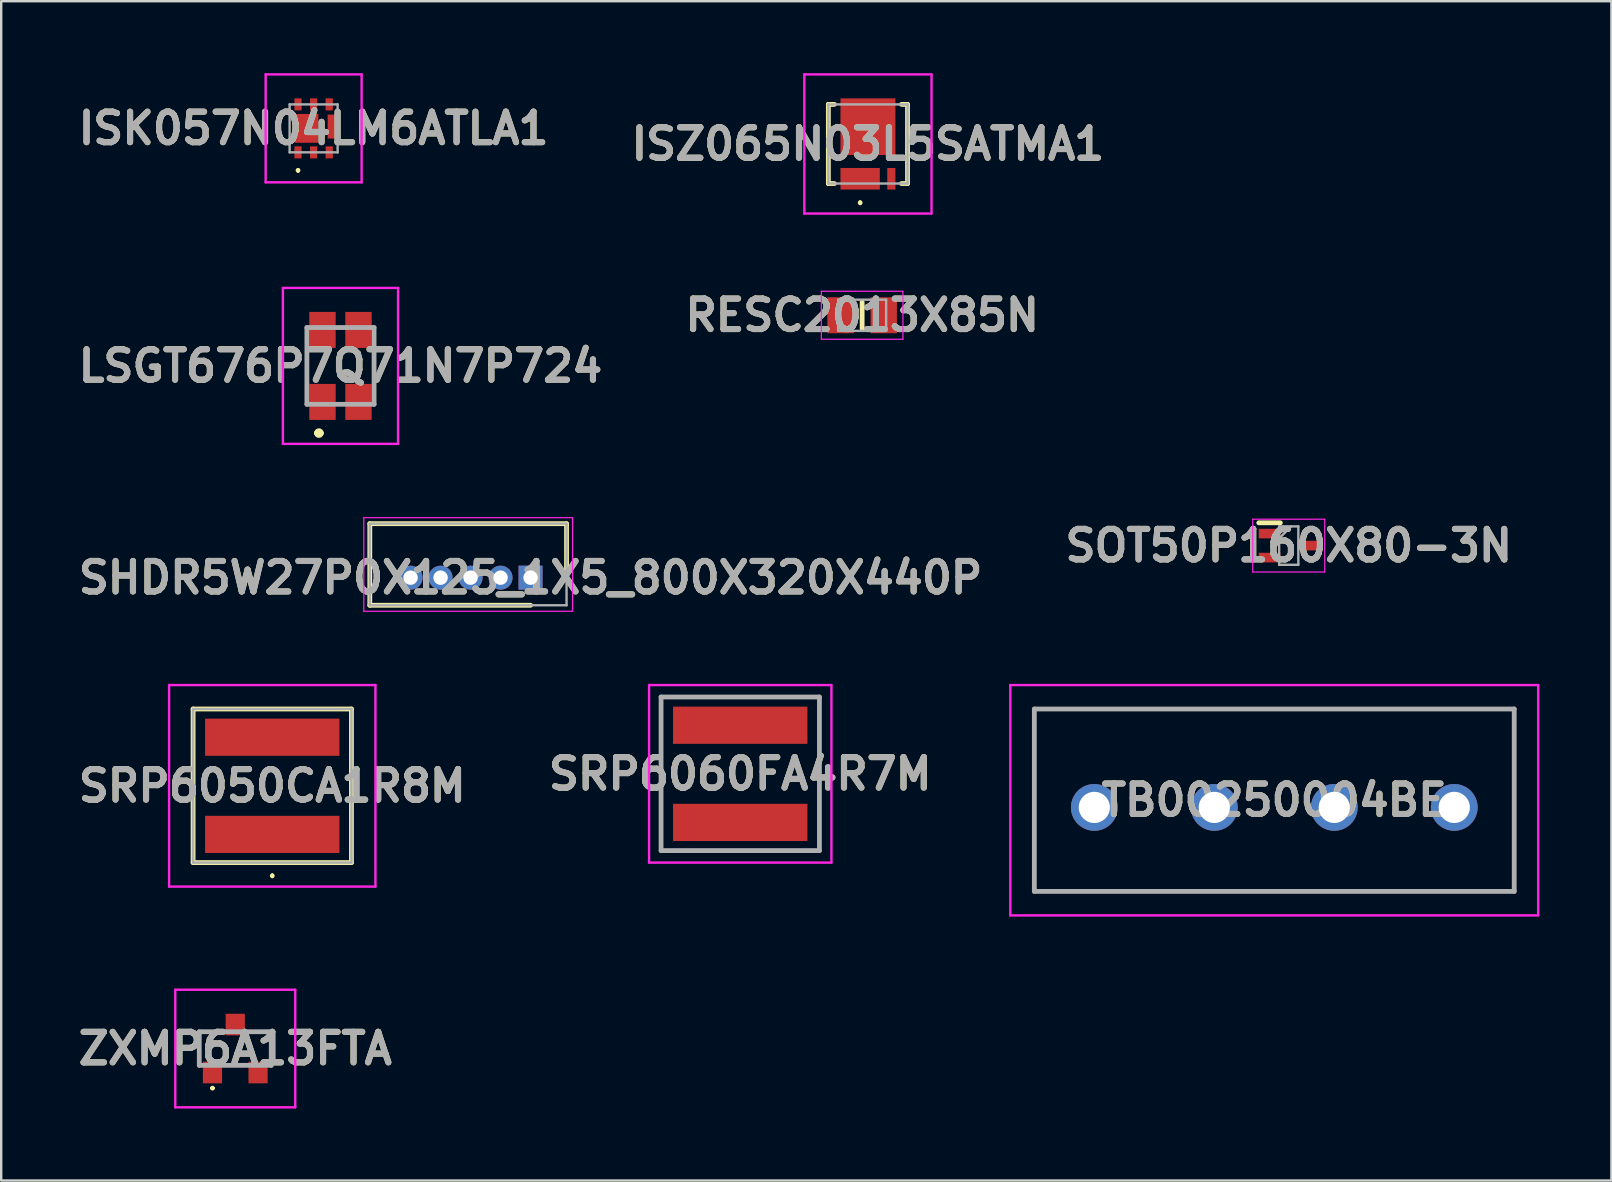
<source format=kicad_pcb>
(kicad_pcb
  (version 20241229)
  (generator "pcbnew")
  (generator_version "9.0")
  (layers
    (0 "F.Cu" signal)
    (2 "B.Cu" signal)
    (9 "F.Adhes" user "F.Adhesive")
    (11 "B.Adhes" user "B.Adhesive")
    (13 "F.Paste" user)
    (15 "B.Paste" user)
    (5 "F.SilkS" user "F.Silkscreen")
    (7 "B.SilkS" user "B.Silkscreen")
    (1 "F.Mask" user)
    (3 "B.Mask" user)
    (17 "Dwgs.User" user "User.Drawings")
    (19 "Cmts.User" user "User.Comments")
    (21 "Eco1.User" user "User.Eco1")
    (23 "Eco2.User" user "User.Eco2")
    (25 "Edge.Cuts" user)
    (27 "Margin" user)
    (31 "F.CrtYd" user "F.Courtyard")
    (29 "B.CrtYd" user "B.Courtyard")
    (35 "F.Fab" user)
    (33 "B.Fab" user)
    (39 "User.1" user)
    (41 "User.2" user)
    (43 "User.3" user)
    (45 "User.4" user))
  (footprint "SRP6060FA4R7M"
    (layer "F.Cu")
    (at 27.801 29.2)
    (property "Reference" "SRP6060FA4R7M" (at 0 0 0) (layer "F.SilkS") (effects (font (size 1.27 1.27) (thickness 0.254))))
    (attr smd)
    (fp_line (start -3.3 -3.2) (end 3.3 -3.2) (stroke (width 0.1) (type solid)) (layer "F.SilkS"))
    (fp_line (start -3.3 3.2) (end -3.3 -3.2) (stroke (width 0.1) (type solid)) (layer "F.SilkS"))
    (fp_line (start 3.3 -3.2) (end 3.3 3.2) (stroke (width 0.1) (type solid)) (layer "F.SilkS"))
    (fp_line (start 3.3 3.2) (end -3.3 3.2) (stroke (width 0.1) (type solid)) (layer "F.SilkS"))
    (fp_line (start -3.8 -3.7) (end 3.8 -3.7) (stroke (width 0.1) (type solid)) (layer "F.CrtYd"))
    (fp_line (start -3.8 3.7) (end -3.8 -3.7) (stroke (width 0.1) (type solid)) (layer "F.CrtYd"))
    (fp_line (start 3.8 -3.7) (end 3.8 3.7) (stroke (width 0.1) (type solid)) (layer "F.CrtYd"))
    (fp_line (start 3.8 3.7) (end -3.8 3.7) (stroke (width 0.1) (type solid)) (layer "F.CrtYd"))
    (fp_line (start -3.3 -3.2) (end 3.3 -3.2) (stroke (width 0.2) (type solid)) (layer "F.Fab"))
    (fp_line (start -3.3 3.2) (end -3.3 -3.2) (stroke (width 0.2) (type solid)) (layer "F.Fab"))
    (fp_line (start 3.3 -3.2) (end 3.3 3.2) (stroke (width 0.2) (type solid)) (layer "F.Fab"))
    (fp_line (start 3.3 3.2) (end -3.3 3.2) (stroke (width 0.2) (type solid)) (layer "F.Fab"))
    (fp_text user "${REFERENCE}" (at 0 0 0) (layer "F.Fab") (effects (font (size 1.27 1.27) (thickness 0.254))))
    (pad "1" smd rect (at 0 -2.025 90) (size 1.55 5.6) (layers "F.Cu" "F.Mask" "F.Paste"))
    (pad "2" smd rect (at 0 2.025 90) (size 1.55 5.6) (layers "F.Cu" "F.Mask" "F.Paste")))
  (footprint "SHDR5W27P0X125_1X5_800X320X440P"
    (layer "F.Cu")
    (at 19.062 21.025)
    (property "Reference" "SHDR5W27P0X125_1X5_800X320X440P" (at 0 0 0) (layer "F.SilkS") (effects (font (size 1.27 1.27) (thickness 0.254))))
    (attr through_hole)
    (fp_line (start -6.7 -2.25) (end 1.5 -2.25) (stroke (width 0.2) (type solid)) (layer "F.SilkS"))
    (fp_line (start -6.7 1.15) (end -6.7 -2.25) (stroke (width 0.2) (type solid)) (layer "F.SilkS"))
    (fp_line (start 0 1.15) (end -6.7 1.15) (stroke (width 0.2) (type solid)) (layer "F.SilkS"))
    (fp_line (start 1.5 -2.25) (end 1.5 0) (stroke (width 0.2) (type solid)) (layer "F.SilkS"))
    (fp_line (start -6.95 -2.5) (end 1.75 -2.5) (stroke (width 0.05) (type solid)) (layer "F.CrtYd"))
    (fp_line (start -6.95 1.4) (end -6.95 -2.5) (stroke (width 0.05) (type solid)) (layer "F.CrtYd"))
    (fp_line (start 1.75 -2.5) (end 1.75 1.4) (stroke (width 0.05) (type solid)) (layer "F.CrtYd"))
    (fp_line (start 1.75 1.4) (end -6.95 1.4) (stroke (width 0.05) (type solid)) (layer "F.CrtYd"))
    (fp_line (start -6.7 -2.25) (end 1.5 -2.25) (stroke (width 0.1) (type solid)) (layer "F.Fab"))
    (fp_line (start -6.7 1.15) (end -6.7 -2.25) (stroke (width 0.1) (type solid)) (layer "F.Fab"))
    (fp_line (start 1.5 -2.25) (end 1.5 1.15) (stroke (width 0.1) (type solid)) (layer "F.Fab"))
    (fp_line (start 1.5 1.15) (end -6.7 1.15) (stroke (width 0.1) (type solid)) (layer "F.Fab"))
    (fp_text user "${REFERENCE}" (at 0 0 0) (layer "F.Fab") (effects (font (size 1.27 1.27) (thickness 0.254))))
    (pad "1" thru_hole rect (at 0 0) (size 1 1) (drill 0.6) (layers "*.Cu" "*.Mask"))
    (pad "2" thru_hole circle (at -1.25 0) (size 1 1) (drill 0.6) (layers "*.Cu" "*.Mask"))
    (pad "3" thru_hole circle (at -2.5 0) (size 1 1) (drill 0.6) (layers "*.Cu" "*.Mask"))
    (pad "4" thru_hole circle (at -3.75 0) (size 1 1) (drill 0.6) (layers "*.Cu" "*.Mask"))
    (pad "5" thru_hole circle (at -5 0) (size 1 1) (drill 0.6) (layers "*.Cu" "*.Mask")))
  (footprint "ZXMP6A13FTA"
    (layer "F.Cu")
    (at 6.755 40.65)
    (property "Reference" "ZXMP6A13FTA" (at 0 0 0) (layer "F.SilkS") (effects (font (size 1.27 1.27) (thickness 0.254))))
    (attr smd)
    (fp_line (start -1.5 -0.7) (end -0.95 -0.7) (stroke (width 0.1) (type solid)) (layer "F.SilkS"))
    (fp_line (start -1.5 0.7) (end -1.5 -0.7) (stroke (width 0.1) (type solid)) (layer "F.SilkS"))
    (fp_line (start -1 1.65) (end -1 1.65) (stroke (width 0.1) (type solid)) (layer "F.SilkS"))
    (fp_line (start -0.9 1.65) (end -0.9 1.65) (stroke (width 0.1) (type solid)) (layer "F.SilkS"))
    (fp_line (start 0.95 -0.7) (end 1.5 -0.7) (stroke (width 0.1) (type solid)) (layer "F.SilkS"))
    (fp_line (start 1.5 -0.7) (end 1.5 0.7) (stroke (width 0.1) (type solid)) (layer "F.SilkS"))
    (fp_arc (start -1 1.65) (mid -0.95 1.6) (end -0.9 1.65) (stroke (width 0.1) (type solid)) (layer "F.SilkS"))
    (fp_arc (start -0.9 1.65) (mid -0.95 1.7) (end -1 1.65) (stroke (width 0.1) (type solid)) (layer "F.SilkS"))
    (fp_line (start -2.5 -2.45) (end 2.5 -2.45) (stroke (width 0.1) (type solid)) (layer "F.CrtYd"))
    (fp_line (start -2.5 2.45) (end -2.5 -2.45) (stroke (width 0.1) (type solid)) (layer "F.CrtYd"))
    (fp_line (start 2.5 -2.45) (end 2.5 2.45) (stroke (width 0.1) (type solid)) (layer "F.CrtYd"))
    (fp_line (start 2.5 2.45) (end -2.5 2.45) (stroke (width 0.1) (type solid)) (layer "F.CrtYd"))
    (fp_line (start -1.5 -0.7) (end 1.5 -0.7) (stroke (width 0.2) (type solid)) (layer "F.Fab"))
    (fp_line (start -1.5 0.7) (end -1.5 -0.7) (stroke (width 0.2) (type solid)) (layer "F.Fab"))
    (fp_line (start 1.5 -0.7) (end 1.5 0.7) (stroke (width 0.2) (type solid)) (layer "F.Fab"))
    (fp_line (start 1.5 0.7) (end -1.5 0.7) (stroke (width 0.2) (type solid)) (layer "F.Fab"))
    (fp_text user "${REFERENCE}" (at 0 0 0) (layer "F.Fab") (effects (font (size 1.27 1.27) (thickness 0.254))))
    (pad "1" smd rect (at -0.95 1) (size 0.8 0.9) (layers "F.Cu" "F.Mask" "F.Paste"))
    (pad "2" smd rect (at 0.95 1) (size 0.8 0.9) (layers "F.Cu" "F.Mask" "F.Paste"))
    (pad "3" smd rect (at 0 -1) (size 0.8 0.9) (layers "F.Cu" "F.Mask" "F.Paste")))
  (footprint "ISZ065N03L5SATMA1"
    (layer "F.Cu")
    (at 33.123 2.95)
    (property "Reference" "ISZ065N03L5SATMA1" (at 0 0 0) (layer "F.SilkS") (effects (font (size 1.27 1.27) (thickness 0.254))))
    (attr smd)
    (fp_line (start -1.65 -1.65) (end -1.65 1.65) (stroke (width 0.2) (type solid)) (layer "F.SilkS"))
    (fp_line (start -1.65 1.65) (end -1.4 1.65) (stroke (width 0.2) (type solid)) (layer "F.SilkS"))
    (fp_line (start -1.4 -1.65) (end -1.65 -1.65) (stroke (width 0.2) (type solid)) (layer "F.SilkS"))
    (fp_line (start -0.325 2.4) (end -0.325 2.4) (stroke (width 0.1) (type solid)) (layer "F.SilkS"))
    (fp_line (start -0.325 2.5) (end -0.325 2.5) (stroke (width 0.1) (type solid)) (layer "F.SilkS"))
    (fp_line (start 1.4 -1.65) (end 1.65 -1.65) (stroke (width 0.2) (type solid)) (layer "F.SilkS"))
    (fp_line (start 1.65 -1.65) (end 1.65 1.65) (stroke (width 0.2) (type solid)) (layer "F.SilkS"))
    (fp_line (start 1.65 1.65) (end 1.4 1.65) (stroke (width 0.2) (type solid)) (layer "F.SilkS"))
    (fp_arc (start -0.325 2.4) (mid -0.275 2.45) (end -0.325 2.5) (stroke (width 0.1) (type solid)) (layer "F.SilkS"))
    (fp_arc (start -0.325 2.5) (mid -0.375 2.45) (end -0.325 2.4) (stroke (width 0.1) (type solid)) (layer "F.SilkS"))
    (fp_line (start -2.65 -2.9) (end 2.65 -2.9) (stroke (width 0.1) (type solid)) (layer "F.CrtYd"))
    (fp_line (start -2.65 2.9) (end -2.65 -2.9) (stroke (width 0.1) (type solid)) (layer "F.CrtYd"))
    (fp_line (start 2.65 -2.9) (end 2.65 2.9) (stroke (width 0.1) (type solid)) (layer "F.CrtYd"))
    (fp_line (start 2.65 2.9) (end -2.65 2.9) (stroke (width 0.1) (type solid)) (layer "F.CrtYd"))
    (fp_line (start -1.65 -1.65) (end 1.65 -1.65) (stroke (width 0.1) (type solid)) (layer "F.Fab"))
    (fp_line (start -1.65 1.65) (end -1.65 -1.65) (stroke (width 0.1) (type solid)) (layer "F.Fab"))
    (fp_line (start 1.65 -1.65) (end 1.65 1.65) (stroke (width 0.1) (type solid)) (layer "F.Fab"))
    (fp_line (start 1.65 1.65) (end -1.65 1.65) (stroke (width 0.1) (type solid)) (layer "F.Fab"))
    (fp_text user "${REFERENCE}" (at 0 0 0) (layer "F.Fab") (effects (font (size 1.27 1.27) (thickness 0.254))))
    (pad "1" smd rect (at -0.325 1.45 90) (size 0.9 1.64) (layers "F.Cu" "F.Mask" "F.Paste"))
    (pad "2" smd rect (at 0.975 1.45) (size 0.34 0.9) (layers "F.Cu" "F.Mask" "F.Paste"))
    (pad "3" smd rect (at 0 -0.72) (size 2.29 2.36) (layers "F.Cu" "F.Mask" "F.Paste")))
  (footprint "RESC2013X85N"
    (layer "F.Cu")
    (at 32.881 10.089)
    (property "Reference" "RESC2013X85N" (at 0 0 0) (layer "F.SilkS") (effects (font (size 1.27 1.27) (thickness 0.254))))
    (attr smd)
    (fp_line (start 0 -0.55) (end 0 0.55) (stroke (width 0.2) (type solid)) (layer "F.SilkS"))
    (fp_line (start -1.7 -1) (end 1.7 -1) (stroke (width 0.05) (type solid)) (layer "F.CrtYd"))
    (fp_line (start -1.7 1) (end -1.7 -1) (stroke (width 0.05) (type solid)) (layer "F.CrtYd"))
    (fp_line (start 1.7 -1) (end 1.7 1) (stroke (width 0.05) (type solid)) (layer "F.CrtYd"))
    (fp_line (start 1.7 1) (end -1.7 1) (stroke (width 0.05) (type solid)) (layer "F.CrtYd"))
    (fp_line (start -1 -0.65) (end 1 -0.65) (stroke (width 0.1) (type solid)) (layer "F.Fab"))
    (fp_line (start -1 0.65) (end -1 -0.65) (stroke (width 0.1) (type solid)) (layer "F.Fab"))
    (fp_line (start 1 -0.65) (end 1 0.65) (stroke (width 0.1) (type solid)) (layer "F.Fab"))
    (fp_line (start 1 0.65) (end -1 0.65) (stroke (width 0.1) (type solid)) (layer "F.Fab"))
    (fp_text user "${REFERENCE}" (at 0 0 0) (layer "F.Fab") (effects (font (size 1.27 1.27) (thickness 0.254))))
    (pad "1" smd rect (at -0.9 0) (size 1.1 1.5) (layers "F.Cu" "F.Mask" "F.Paste"))
    (pad "2" smd rect (at 0.9 0) (size 1.1 1.5) (layers "F.Cu" "F.Mask" "F.Paste")))
  (footprint "ISK057N04LM6ATLA1"
    (layer "F.Cu")
    (at 10.021 2.3)
    (property "Reference" "ISK057N04LM6ATLA1" (at 0 0 0) (layer "F.SilkS") (effects (font (size 1.27 1.27) (thickness 0.254))))
    (attr smd)
    (fp_line (start -0.65 1.7) (end -0.65 1.7) (stroke (width 0.1) (type solid)) (layer "F.SilkS"))
    (fp_line (start -0.65 1.8) (end -0.65 1.8) (stroke (width 0.1) (type solid)) (layer "F.SilkS"))
    (fp_arc (start -0.65 1.7) (mid -0.6 1.75) (end -0.65 1.8) (stroke (width 0.1) (type solid)) (layer "F.SilkS"))
    (fp_arc (start -0.65 1.8) (mid -0.7 1.75) (end -0.65 1.7) (stroke (width 0.1) (type solid)) (layer "F.SilkS"))
    (fp_line (start -2 -2.25) (end 2 -2.25) (stroke (width 0.1) (type solid)) (layer "F.CrtYd"))
    (fp_line (start -2 2.25) (end -2 -2.25) (stroke (width 0.1) (type solid)) (layer "F.CrtYd"))
    (fp_line (start 2 -2.25) (end 2 2.25) (stroke (width 0.1) (type solid)) (layer "F.CrtYd"))
    (fp_line (start 2 2.25) (end -2 2.25) (stroke (width 0.1) (type solid)) (layer "F.CrtYd"))
    (fp_line (start -1 -1) (end 1 -1) (stroke (width 0.1) (type solid)) (layer "F.Fab"))
    (fp_line (start -1 1) (end -1 -1) (stroke (width 0.1) (type solid)) (layer "F.Fab"))
    (fp_line (start 1 -1) (end 1 1) (stroke (width 0.1) (type solid)) (layer "F.Fab"))
    (fp_line (start 1 1) (end -1 1) (stroke (width 0.1) (type solid)) (layer "F.Fab"))
    (fp_text user "${REFERENCE}" (at 0 0 0) (layer "F.Fab") (effects (font (size 1.27 1.27) (thickness 0.254))))
    (pad "1" smd rect (at -0.65 1) (size 0.3 0.5) (layers "F.Cu" "F.Mask" "F.Paste"))
    (pad "2" smd rect (at 0 1) (size 0.3 0.5) (layers "F.Cu" "F.Mask" "F.Paste"))
    (pad "3" smd rect (at 0.65 1) (size 0.3 0.5) (layers "F.Cu" "F.Mask" "F.Paste"))
    (pad "4" smd rect (at 0.65 -1) (size 0.3 0.5) (layers "F.Cu" "F.Mask" "F.Paste"))
    (pad "5" smd rect (at 0 -1) (size 0.3 0.5) (layers "F.Cu" "F.Mask" "F.Paste"))
    (pad "6" smd rect (at -0.65 -1) (size 0.3 0.5) (layers "F.Cu" "F.Mask" "F.Paste"))
    (pad "7" smd rect (at 0.735 -0.075) (size 0.3 1) (layers "F.Cu" "F.Mask" "F.Paste"))
    (pad "8" smd rect (at -0.3 0) (size 1 1.2) (layers "F.Cu" "F.Mask" "F.Paste")))
  (footprint "TB00250004BE"
    (layer "F.Cu")
    (at 42.558 30.6)
    (property "Reference" "TB00250004BE" (at 7.5 -0.3 0) (layer "F.SilkS") (effects (font (size 1.27 1.27) (thickness 0.254))))
    (attr through_hole)
    (fp_line (start -2.5 -4.1) (end 17.5 -4.1) (stroke (width 0.1) (type solid)) (layer "F.SilkS"))
    (fp_line (start -2.5 3.5) (end -2.5 -4.1) (stroke (width 0.1) (type solid)) (layer "F.SilkS"))
    (fp_line (start 17.5 -4.1) (end 17.5 3.5) (stroke (width 0.1) (type solid)) (layer "F.SilkS"))
    (fp_line (start 17.5 3.5) (end -2.5 3.5) (stroke (width 0.1) (type solid)) (layer "F.SilkS"))
    (fp_line (start -3.5 -5.1) (end 18.5 -5.1) (stroke (width 0.1) (type solid)) (layer "F.CrtYd"))
    (fp_line (start -3.5 4.5) (end -3.5 -5.1) (stroke (width 0.1) (type solid)) (layer "F.CrtYd"))
    (fp_line (start 18.5 -5.1) (end 18.5 4.5) (stroke (width 0.1) (type solid)) (layer "F.CrtYd"))
    (fp_line (start 18.5 4.5) (end -3.5 4.5) (stroke (width 0.1) (type solid)) (layer "F.CrtYd"))
    (fp_line (start -2.5 -4.1) (end 17.5 -4.1) (stroke (width 0.2) (type solid)) (layer "F.Fab"))
    (fp_line (start -2.5 3.5) (end -2.5 -4.1) (stroke (width 0.2) (type solid)) (layer "F.Fab"))
    (fp_line (start 17.5 -4.1) (end 17.5 3.5) (stroke (width 0.2) (type solid)) (layer "F.Fab"))
    (fp_line (start 17.5 3.5) (end -2.5 3.5) (stroke (width 0.2) (type solid)) (layer "F.Fab"))
    (fp_text user "${REFERENCE}" (at 7.5 -0.3 0) (layer "F.Fab") (effects (font (size 1.27 1.27) (thickness 0.254))))
    (pad "1" thru_hole circle (at 0 0) (size 1.95 1.95) (drill 1.3) (layers "*.Cu" "*.Mask"))
    (pad "2" thru_hole circle (at 5 0) (size 1.95 1.95) (drill 1.3) (layers "*.Cu" "*.Mask"))
    (pad "3" thru_hole circle (at 10 0) (size 1.95 1.95) (drill 1.3) (layers "*.Cu" "*.Mask"))
    (pad "4" thru_hole circle (at 15 0) (size 1.95 1.95) (drill 1.3) (layers "*.Cu" "*.Mask")))
  (footprint "SRP6050CA1R8M"
    (layer "F.Cu")
    (at 8.297 29.7)
    (property "Reference" "SRP6050CA1R8M" (at 0 0 0) (layer "F.SilkS") (effects (font (size 1.27 1.27) (thickness 0.254))))
    (attr smd)
    (fp_line (start -3.3 -3.2) (end -3.3 3.2) (stroke (width 0.2) (type solid)) (layer "F.SilkS"))
    (fp_line (start -3.3 3.2) (end 3.3 3.2) (stroke (width 0.2) (type solid)) (layer "F.SilkS"))
    (fp_line (start 0 3.7) (end 0 3.7) (stroke (width 0.1) (type solid)) (layer "F.SilkS"))
    (fp_line (start 0 3.8) (end 0 3.8) (stroke (width 0.1) (type solid)) (layer "F.SilkS"))
    (fp_line (start 3.3 -3.2) (end -3.3 -3.2) (stroke (width 0.2) (type solid)) (layer "F.SilkS"))
    (fp_line (start 3.3 3.2) (end 3.3 -3.2) (stroke (width 0.2) (type solid)) (layer "F.SilkS"))
    (fp_arc (start 0 3.7) (mid 0.05 3.75) (end 0 3.8) (stroke (width 0.1) (type solid)) (layer "F.SilkS"))
    (fp_arc (start 0 3.8) (mid -0.05 3.75) (end 0 3.7) (stroke (width 0.1) (type solid)) (layer "F.SilkS"))
    (fp_line (start -4.3 -4.2) (end -4.3 4.2) (stroke (width 0.1) (type solid)) (layer "F.CrtYd"))
    (fp_line (start -4.3 4.2) (end 4.3 4.2) (stroke (width 0.1) (type solid)) (layer "F.CrtYd"))
    (fp_line (start 4.3 -4.2) (end -4.3 -4.2) (stroke (width 0.1) (type solid)) (layer "F.CrtYd"))
    (fp_line (start 4.3 4.2) (end 4.3 -4.2) (stroke (width 0.1) (type solid)) (layer "F.CrtYd"))
    (fp_line (start -3.3 -3.2) (end -3.3 3.2) (stroke (width 0.1) (type solid)) (layer "F.Fab"))
    (fp_line (start -3.3 3.2) (end 3.3 3.2) (stroke (width 0.1) (type solid)) (layer "F.Fab"))
    (fp_line (start 3.3 -3.2) (end -3.3 -3.2) (stroke (width 0.1) (type solid)) (layer "F.Fab"))
    (fp_line (start 3.3 3.2) (end 3.3 -3.2) (stroke (width 0.1) (type solid)) (layer "F.Fab"))
    (fp_text user "${REFERENCE}" (at 0 0 0) (layer "F.Fab") (effects (font (size 1.27 1.27) (thickness 0.254))))
    (pad "1" smd rect (at 0 2.025 90) (size 1.55 5.6) (layers "F.Cu" "F.Mask" "F.Paste"))
    (pad "2" smd rect (at 0 -2.025 90) (size 1.55 5.6) (layers "F.Cu" "F.Mask" "F.Paste")))
  (footprint "LSGT676P7Q71N7P724"
    (layer "F.Cu")
    (at 11.14 12.2)
    (property "Reference" "LSGT676P7Q71N7P724" (at 0 0 0) (layer "F.SilkS") (effects (font (size 1.27 1.27) (thickness 0.254))))
    (attr smd)
    (fp_line (start -1 2.8) (end -1 2.8) (stroke (width 0.2) (type solid)) (layer "F.SilkS"))
    (fp_line (start -0.8 2.8) (end -0.8 2.8) (stroke (width 0.2) (type solid)) (layer "F.SilkS"))
    (fp_arc (start -1 2.8) (mid -0.9 2.7) (end -0.8 2.8) (stroke (width 0.2) (type solid)) (layer "F.SilkS"))
    (fp_arc (start -0.8 2.8) (mid -0.9 2.9) (end -1 2.8) (stroke (width 0.2) (type solid)) (layer "F.SilkS"))
    (fp_line (start -2.4 -3.25) (end 2.4 -3.25) (stroke (width 0.1) (type solid)) (layer "F.CrtYd"))
    (fp_line (start -2.4 3.25) (end -2.4 -3.25) (stroke (width 0.1) (type solid)) (layer "F.CrtYd"))
    (fp_line (start 2.4 -3.25) (end 2.4 3.25) (stroke (width 0.1) (type solid)) (layer "F.CrtYd"))
    (fp_line (start 2.4 3.25) (end -2.4 3.25) (stroke (width 0.1) (type solid)) (layer "F.CrtYd"))
    (fp_line (start -1.4 -1.6) (end 1.4 -1.6) (stroke (width 0.2) (type solid)) (layer "F.Fab"))
    (fp_line (start -1.4 1.6) (end -1.4 -1.6) (stroke (width 0.2) (type solid)) (layer "F.Fab"))
    (fp_line (start 1.4 -1.6) (end 1.4 1.6) (stroke (width 0.2) (type solid)) (layer "F.Fab"))
    (fp_line (start 1.4 1.6) (end -1.4 1.6) (stroke (width 0.2) (type solid)) (layer "F.Fab"))
    (fp_text user "${REFERENCE}" (at 0 0 0) (layer "F.Fab") (effects (font (size 1.27 1.27) (thickness 0.254))))
    (pad "1" smd rect (at -0.75 1.5) (size 1.1 1.5) (layers "F.Cu" "F.Mask" "F.Paste"))
    (pad "2" smd rect (at -0.75 -1.5) (size 1.1 1.5) (layers "F.Cu" "F.Mask" "F.Paste"))
    (pad "3" smd rect (at 0.75 -1.5) (size 1.1 1.5) (layers "F.Cu" "F.Mask" "F.Paste"))
    (pad "4" smd rect (at 0.75 1.5) (size 1.1 1.5) (layers "F.Cu" "F.Mask" "F.Paste")))
  (footprint "SOT50P160X80-3N"
    (layer "F.Cu")
    (at 50.661 19.689)
    (property "Reference" "SOT50P160X80-3N" (at 0 0 0) (layer "F.SilkS") (effects (font (size 1.27 1.27) (thickness 0.254))))
    (attr smd)
    (fp_line (start -1.25 -0.95) (end -0.35 -0.95) (stroke (width 0.2) (type solid)) (layer "F.SilkS"))
    (fp_line (start -1.5 -1.1) (end 1.5 -1.1) (stroke (width 0.05) (type solid)) (layer "F.CrtYd"))
    (fp_line (start -1.5 1.1) (end -1.5 -1.1) (stroke (width 0.05) (type solid)) (layer "F.CrtYd"))
    (fp_line (start 1.5 -1.1) (end 1.5 1.1) (stroke (width 0.05) (type solid)) (layer "F.CrtYd"))
    (fp_line (start 1.5 1.1) (end -1.5 1.1) (stroke (width 0.05) (type solid)) (layer "F.CrtYd"))
    (fp_line (start -0.4 -0.8) (end 0.4 -0.8) (stroke (width 0.1) (type solid)) (layer "F.Fab"))
    (fp_line (start -0.4 -0.3) (end 0.1 -0.8) (stroke (width 0.1) (type solid)) (layer "F.Fab"))
    (fp_line (start -0.4 0.8) (end -0.4 -0.8) (stroke (width 0.1) (type solid)) (layer "F.Fab"))
    (fp_line (start 0.4 -0.8) (end 0.4 0.8) (stroke (width 0.1) (type solid)) (layer "F.Fab"))
    (fp_line (start 0.4 0.8) (end -0.4 0.8) (stroke (width 0.1) (type solid)) (layer "F.Fab"))
    (fp_text user "${REFERENCE}" (at 0 0 0) (layer "F.Fab") (effects (font (size 1.27 1.27) (thickness 0.254))))
    (pad "1" smd rect (at -0.8 -0.5 90) (size 0.4 0.9) (layers "F.Cu" "F.Mask" "F.Paste"))
    (pad "2" smd rect (at -0.8 0.5 90) (size 0.4 0.9) (layers "F.Cu" "F.Mask" "F.Paste"))
    (pad "3" smd rect (at 0.8 0 90) (size 0.4 0.9) (layers "F.Cu" "F.Mask" "F.Paste")))
  (gr_rect
    (start -3 -3)
    (end 64.108 46.15)
    (stroke (width 0.1) (type default))
    (fill no)
    (layer "Edge.Cuts")))
</source>
